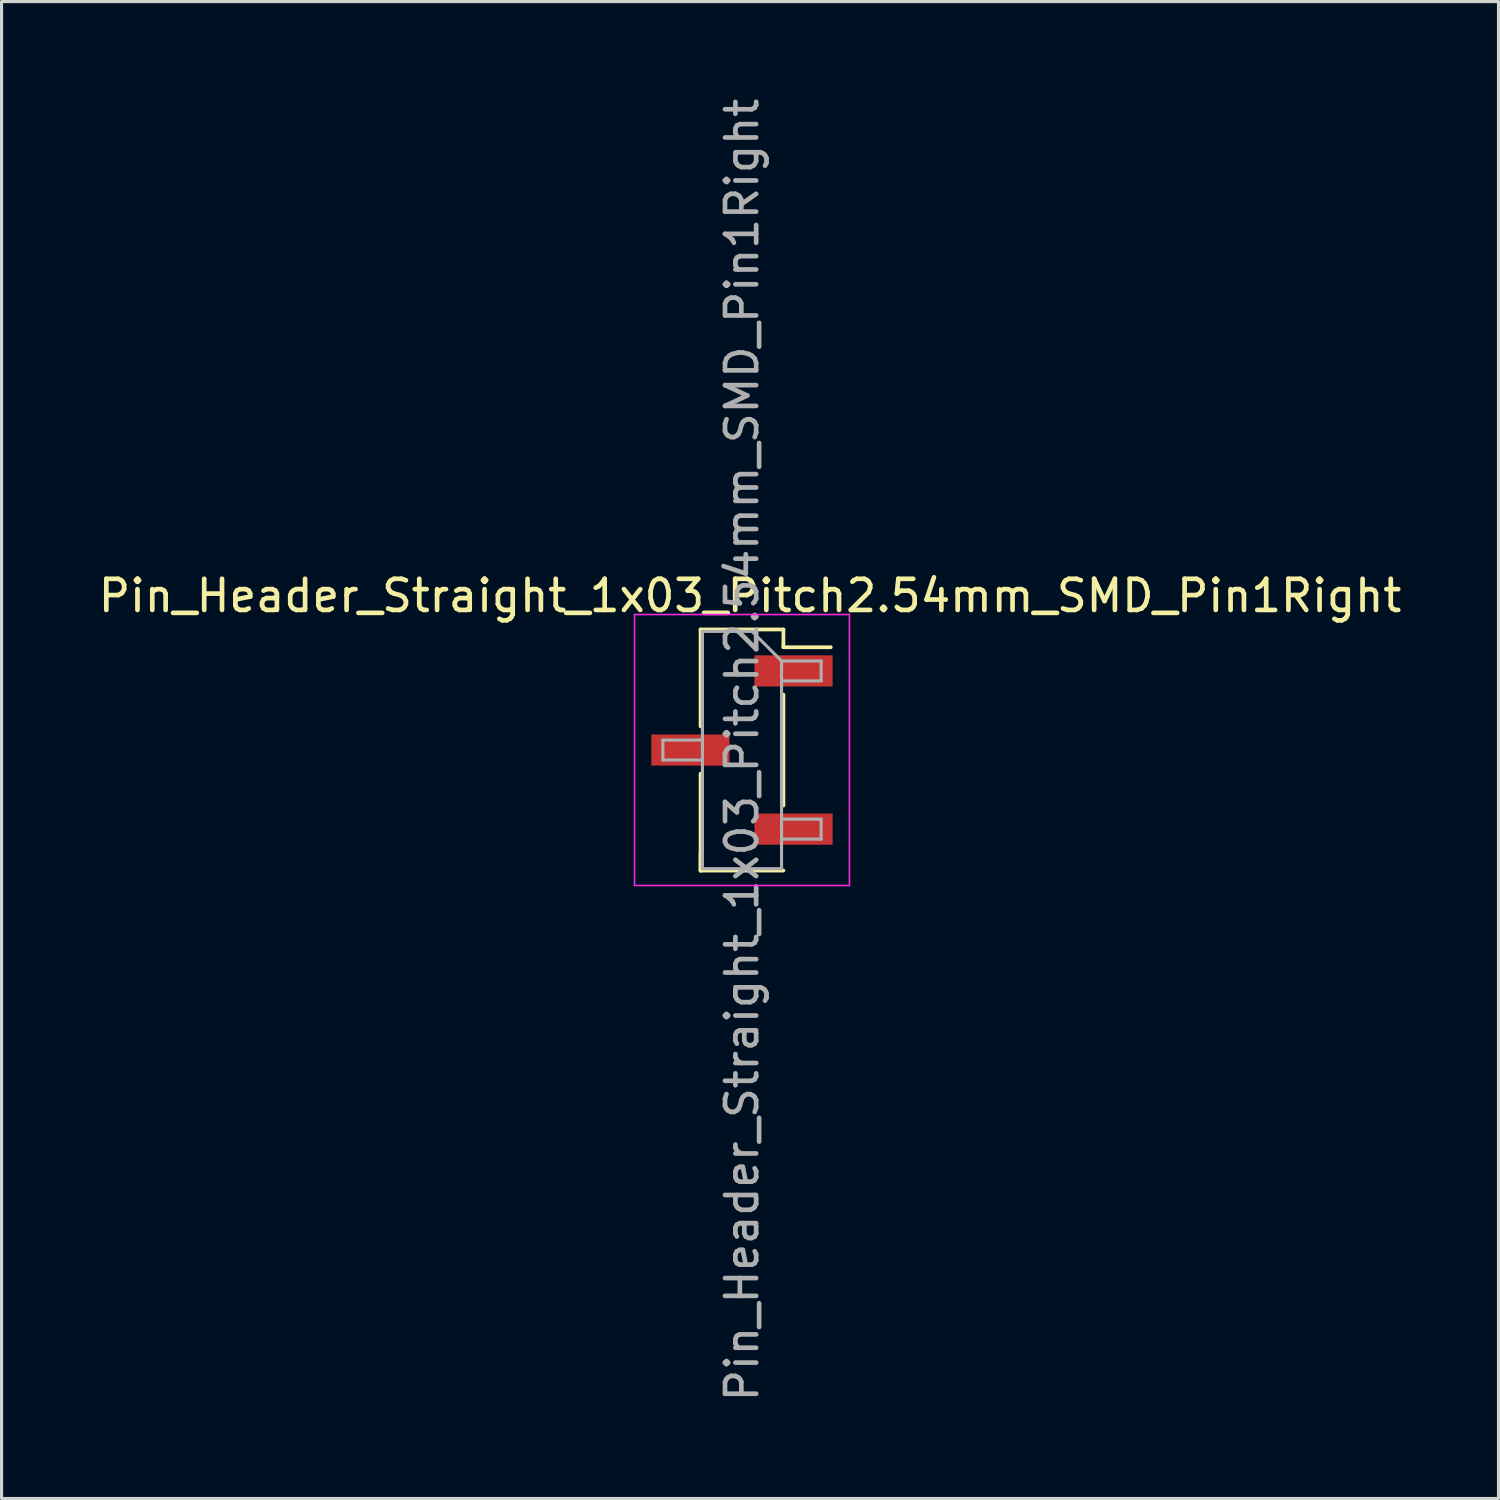
<source format=kicad_pcb>
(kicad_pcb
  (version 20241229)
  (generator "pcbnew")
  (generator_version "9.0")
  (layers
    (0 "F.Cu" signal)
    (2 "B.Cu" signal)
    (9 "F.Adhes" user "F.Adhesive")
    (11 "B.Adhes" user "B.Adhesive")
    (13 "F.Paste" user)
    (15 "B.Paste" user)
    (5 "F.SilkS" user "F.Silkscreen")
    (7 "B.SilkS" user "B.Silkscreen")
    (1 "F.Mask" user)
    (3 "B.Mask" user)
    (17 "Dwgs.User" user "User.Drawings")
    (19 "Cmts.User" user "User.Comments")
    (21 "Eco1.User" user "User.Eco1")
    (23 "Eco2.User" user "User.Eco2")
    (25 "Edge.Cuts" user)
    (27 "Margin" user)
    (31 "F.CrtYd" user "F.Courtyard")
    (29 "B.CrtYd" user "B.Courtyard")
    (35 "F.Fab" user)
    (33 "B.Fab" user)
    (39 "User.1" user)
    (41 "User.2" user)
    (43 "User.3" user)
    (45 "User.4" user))
  (footprint "Pin_Header_Straight_1x03_Pitch2.54mm_SMD_Pin1Right"
    (layer "F.Cu")
    (at 20.772 21.03)
    (property "Reference" "Pin_Header_Straight_1x03_Pitch2.54mm_SMD_Pin1Right" (at 0.258 -4.953 0) (layer "F.SilkS") (effects (font (size 1 1) (thickness 0.15))))
    (attr smd)
    (fp_line (start -1.33 -3.87) (end -1.33 -0.76) (stroke (width 0.12) (type solid)) (layer "F.SilkS"))
    (fp_line (start -1.33 -3.87) (end 1.33 -3.87) (stroke (width 0.12) (type solid)) (layer "F.SilkS"))
    (fp_line (start -1.33 0.76) (end -1.33 3.87) (stroke (width 0.12) (type solid)) (layer "F.SilkS"))
    (fp_line (start -1.33 3.3) (end -1.33 3.87) (stroke (width 0.12) (type solid)) (layer "F.SilkS"))
    (fp_line (start -1.33 3.87) (end 1.33 3.87) (stroke (width 0.12) (type solid)) (layer "F.SilkS"))
    (fp_line (start 1.33 -3.87) (end 1.33 -3.3) (stroke (width 0.12) (type solid)) (layer "F.SilkS"))
    (fp_line (start 1.33 -3.3) (end 2.85 -3.3) (stroke (width 0.12) (type solid)) (layer "F.SilkS"))
    (fp_line (start 1.33 -1.78) (end 1.33 1.78) (stroke (width 0.12) (type solid)) (layer "F.SilkS"))
    (fp_line (start -3.45 -4.35) (end -3.45 4.35) (stroke (width 0.05) (type solid)) (layer "F.CrtYd"))
    (fp_line (start -3.45 4.35) (end 3.45 4.35) (stroke (width 0.05) (type solid)) (layer "F.CrtYd"))
    (fp_line (start 3.45 -4.35) (end -3.45 -4.35) (stroke (width 0.05) (type solid)) (layer "F.CrtYd"))
    (fp_line (start 3.45 4.35) (end 3.45 -4.35) (stroke (width 0.05) (type solid)) (layer "F.CrtYd"))
    (fp_line (start -2.54 -0.32) (end -2.54 0.32) (stroke (width 0.1) (type solid)) (layer "F.Fab"))
    (fp_line (start -2.54 0.32) (end -1.27 0.32) (stroke (width 0.1) (type solid)) (layer "F.Fab"))
    (fp_line (start -1.27 -3.81) (end -1.27 3.81) (stroke (width 0.1) (type solid)) (layer "F.Fab"))
    (fp_line (start -1.27 -3.81) (end 0.32 -3.81) (stroke (width 0.1) (type solid)) (layer "F.Fab"))
    (fp_line (start -1.27 -0.32) (end -2.54 -0.32) (stroke (width 0.1) (type solid)) (layer "F.Fab"))
    (fp_line (start 1.27 -2.86) (end 0.32 -3.81) (stroke (width 0.1) (type solid)) (layer "F.Fab"))
    (fp_line (start 1.27 -2.86) (end 2.54 -2.86) (stroke (width 0.1) (type solid)) (layer "F.Fab"))
    (fp_line (start 1.27 2.22) (end 2.54 2.22) (stroke (width 0.1) (type solid)) (layer "F.Fab"))
    (fp_line (start 1.27 3.81) (end -1.27 3.81) (stroke (width 0.1) (type solid)) (layer "F.Fab"))
    (fp_line (start 1.27 3.81) (end 1.27 -2.86) (stroke (width 0.1) (type solid)) (layer "F.Fab"))
    (fp_line (start 2.54 -2.86) (end 2.54 -2.22) (stroke (width 0.1) (type solid)) (layer "F.Fab"))
    (fp_line (start 2.54 -2.22) (end 1.27 -2.22) (stroke (width 0.1) (type solid)) (layer "F.Fab"))
    (fp_line (start 2.54 2.22) (end 2.54 2.86) (stroke (width 0.1) (type solid)) (layer "F.Fab"))
    (fp_line (start 2.54 2.86) (end 1.27 2.86) (stroke (width 0.1) (type solid)) (layer "F.Fab"))
    (fp_text user "${REFERENCE}" (at 0 0 90) (layer "F.Fab") (effects (font (size 1 1) (thickness 0.15))))
    (pad "1" smd rect (at 1.655 -2.54) (size 2.51 1) (layers "F.Cu" "F.Mask" "F.Paste"))
    (pad "2" smd rect (at -1.655 0) (size 2.51 1) (layers "F.Cu" "F.Mask" "F.Paste"))
    (pad "3" smd rect (at 1.655 2.54) (size 2.51 1) (layers "F.Cu" "F.Mask" "F.Paste")))
  (gr_rect
    (start -3 -3)
    (end 45.06 45.06)
    (stroke (width 0.1) (type default))
    (fill no)
    (layer "Edge.Cuts")))
</source>
